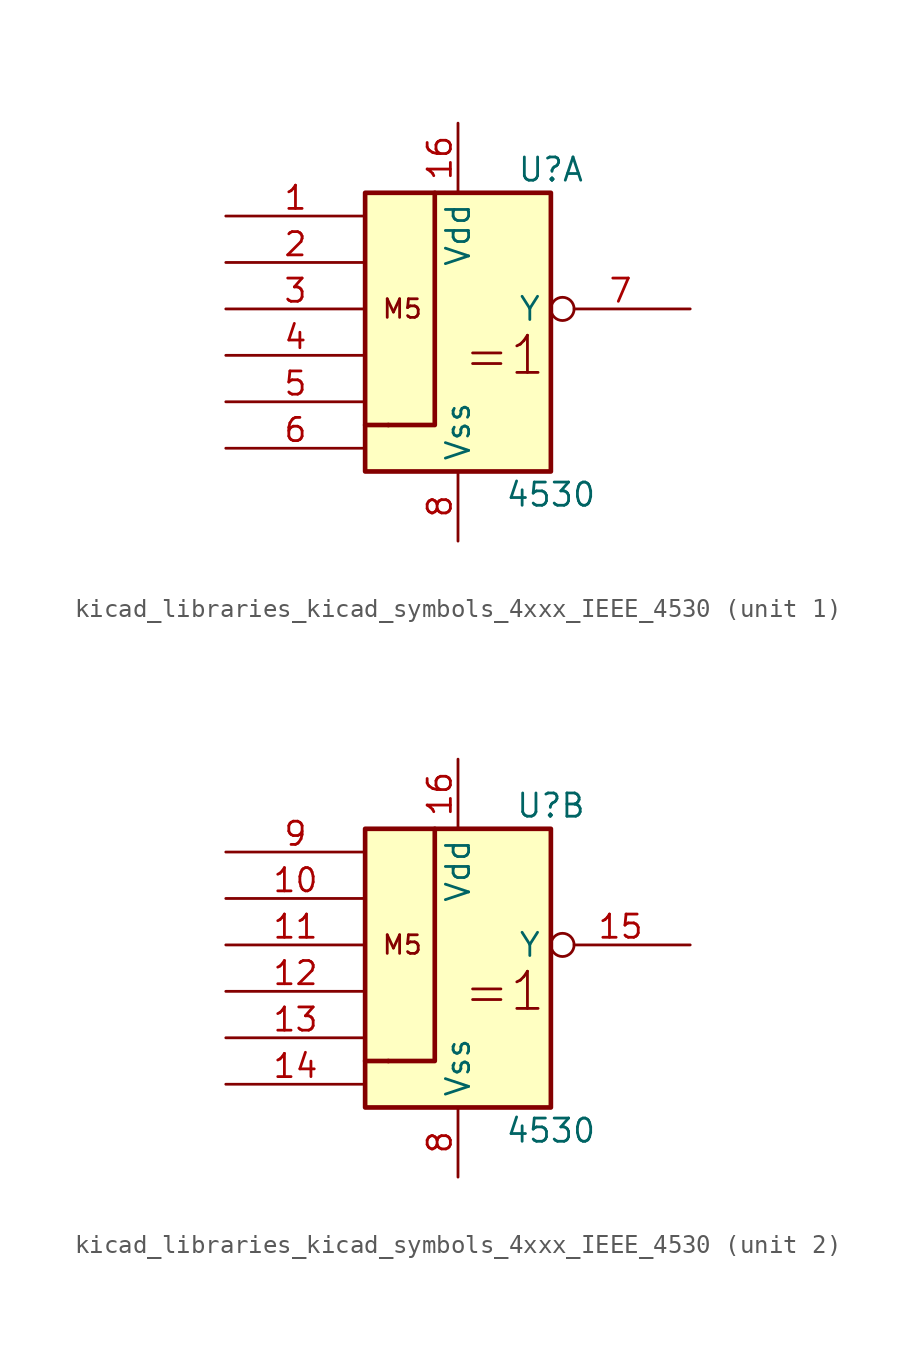
<source format=kicad_sym>
(kicad_symbol_lib
  (version 20220914)
  (generator kicad_symbol_editor)
  (symbol "kicad_libraries_kicad_symbols_4xxx_IEEE_4530"
    (property "Reference" "U"
      (at 5.08 7.62 0)
      (effects (font (size 1.27 1.27))))
    (property "Value" "4530"
      (at 5.08 -10.16 0)
      (effects (font (size 1.27 1.27))))
    (symbol "kicad_libraries_kicad_symbols_4xxx_IEEE_4530_0_0"
      (polyline (pts (xy -3.81 -6.35) (xy -5.08 -6.35) (xy -5.08 -6.35)) (stroke (width 0.254) (type default)) (fill (type background)))
      (text "=1" (at 2.54 -2.54 0) (effects (font (size 2.032 2.032))))
      (text "M5" (at -3.048 0 0) (effects (font (size 1.016 1.016))))
      (pin power_in line (at 0 10.16 270) (length 3.81) (name "Vdd" (effects (font (size 1.27 1.27)))) (number "16" (effects (font (size 1.27 1.27)))))
      (pin power_in line (at 0 -12.7 90) (length 3.81) (name "Vss" (effects (font (size 1.27 1.27)))) (number "8" (effects (font (size 1.27 1.27))))))
    (symbol "kicad_libraries_kicad_symbols_4xxx_IEEE_4530_0_1"
      (rectangle (start -5.08 6.35) (end 5.08 -8.89) (stroke (width 0.254) (type default)) (fill (type background)))
      (polyline (pts (xy -1.27 6.35) (xy -1.27 -6.35) (xy -3.81 -6.35) (xy -3.81 -6.35)) (stroke (width 0.254) (type default)) (fill (type background))))
    (symbol "kicad_libraries_kicad_symbols_4xxx_IEEE_4530_1_1"
      (pin input line (at -12.7 5.08 0) (length 7.62) (name "~" (effects (font (size 1.27 1.27)))) (number "1" (effects (font (size 1.27 1.27)))))
      (pin input line (at -12.7 2.54 0) (length 7.62) (name "~" (effects (font (size 1.27 1.27)))) (number "2" (effects (font (size 1.27 1.27)))))
      (pin input line (at -12.7 0 0) (length 7.62) (name "~" (effects (font (size 1.27 1.27)))) (number "3" (effects (font (size 1.27 1.27)))))
      (pin input line (at -12.7 -2.54 0) (length 7.62) (name "~" (effects (font (size 1.27 1.27)))) (number "4" (effects (font (size 1.27 1.27)))))
      (pin input line (at -12.7 -5.08 0) (length 7.62) (name "~" (effects (font (size 1.27 1.27)))) (number "5" (effects (font (size 1.27 1.27)))))
      (pin input line (at -12.7 -7.62 0) (length 7.62) (name "~" (effects (font (size 1.27 1.27)))) (number "6" (effects (font (size 1.27 1.27)))))
      (pin output inverted (at 12.7 0 180) (length 7.62) (name "Y" (effects (font (size 1.27 1.27)))) (number "7" (effects (font (size 1.27 1.27))))))
    (symbol "kicad_libraries_kicad_symbols_4xxx_IEEE_4530_2_1"
      (pin input line (at -12.7 2.54 0) (length 7.62) (name "~" (effects (font (size 1.27 1.27)))) (number "10" (effects (font (size 1.27 1.27)))))
      (pin input line (at -12.7 0 0) (length 7.62) (name "~" (effects (font (size 1.27 1.27)))) (number "11" (effects (font (size 1.27 1.27)))))
      (pin input line (at -12.7 -2.54 0) (length 7.62) (name "~" (effects (font (size 1.27 1.27)))) (number "12" (effects (font (size 1.27 1.27)))))
      (pin input line (at -12.7 -5.08 0) (length 7.62) (name "~" (effects (font (size 1.27 1.27)))) (number "13" (effects (font (size 1.27 1.27)))))
      (pin input line (at -12.7 -7.62 0) (length 7.62) (name "~" (effects (font (size 1.27 1.27)))) (number "14" (effects (font (size 1.27 1.27)))))
      (pin output inverted (at 12.7 0 180) (length 7.62) (name "Y" (effects (font (size 1.27 1.27)))) (number "15" (effects (font (size 1.27 1.27)))))
      (pin input line (at -12.7 5.08 0) (length 7.62) (name "~" (effects (font (size 1.27 1.27)))) (number "9" (effects (font (size 1.27 1.27))))))))
</source>
